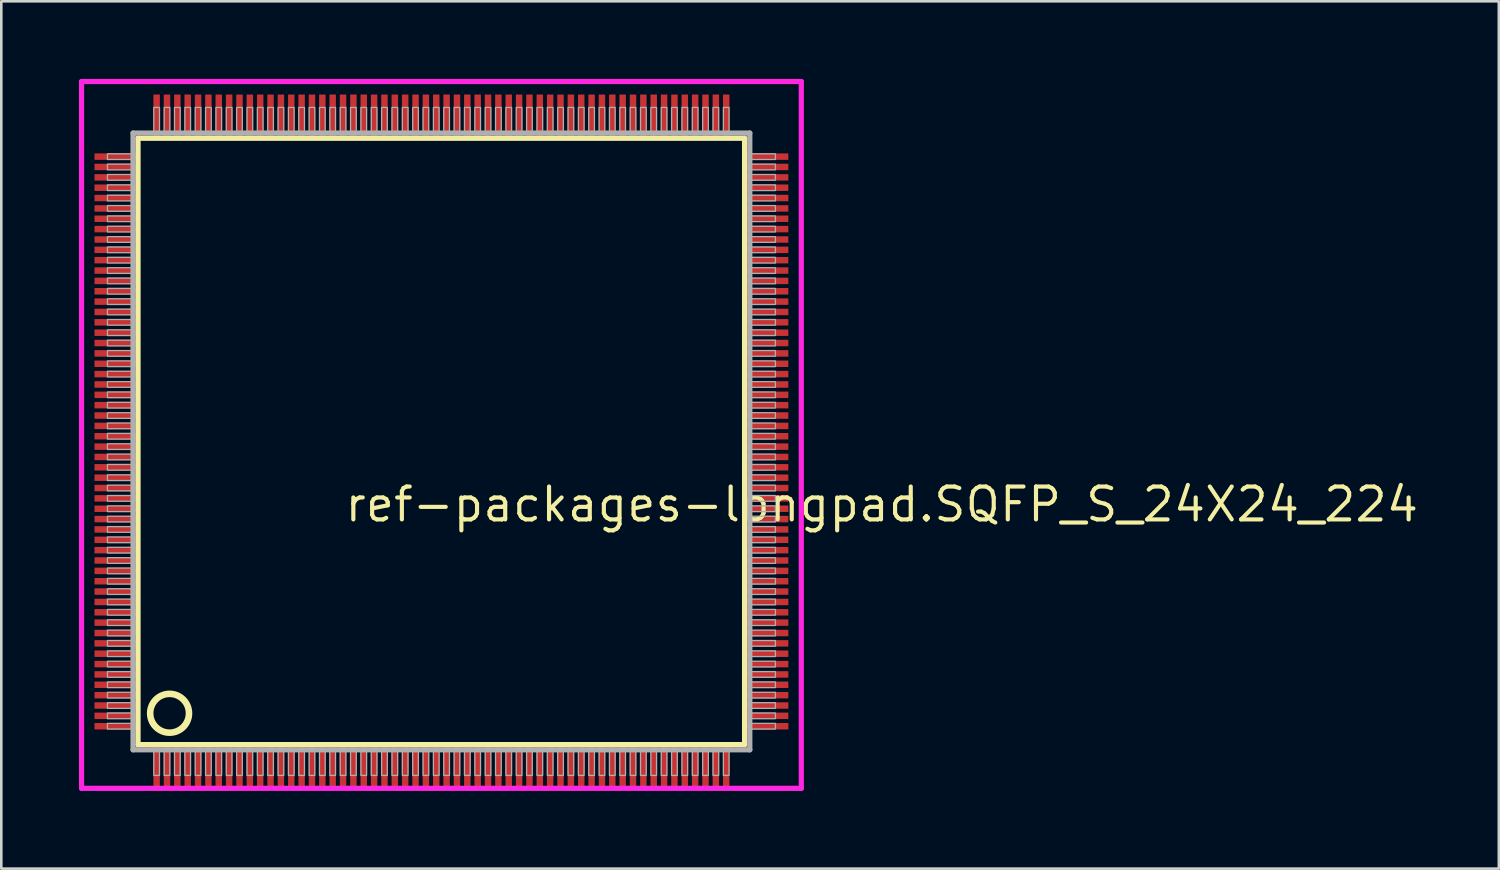
<source format=kicad_pcb>
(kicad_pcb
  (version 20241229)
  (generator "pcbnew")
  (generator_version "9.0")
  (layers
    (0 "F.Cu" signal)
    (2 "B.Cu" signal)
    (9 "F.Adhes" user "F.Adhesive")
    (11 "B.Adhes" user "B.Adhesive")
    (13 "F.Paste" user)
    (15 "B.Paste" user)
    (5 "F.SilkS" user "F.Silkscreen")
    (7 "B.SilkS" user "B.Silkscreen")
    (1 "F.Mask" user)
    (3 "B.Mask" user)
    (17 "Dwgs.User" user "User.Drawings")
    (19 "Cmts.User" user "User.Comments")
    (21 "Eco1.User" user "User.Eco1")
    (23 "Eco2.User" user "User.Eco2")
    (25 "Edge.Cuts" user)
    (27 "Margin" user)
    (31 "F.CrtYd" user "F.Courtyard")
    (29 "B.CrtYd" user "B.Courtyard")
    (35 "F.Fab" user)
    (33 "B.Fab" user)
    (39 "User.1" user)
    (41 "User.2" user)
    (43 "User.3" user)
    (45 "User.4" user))
  (footprint "ref-packages-longpad.SQFP_S_24X24_224"
    (layer "F.Cu")
    (at 14 14)
    (property "Reference" "ref-packages-longpad.SQFP_S_24X24_224" (at -3.81 3.175 0) (layer "F.SilkS") (effects (font (size 1.27 1.27) (thickness 0.16)) (justify left bottom)))
    (attr smd)
    (fp_line (start -11.72 -11.71) (end 11.71 -11.71) (stroke (width 0.203) (type default)) (layer "F.SilkS"))
    (fp_line (start -11.72 11.71) (end -11.72 -11.71) (stroke (width 0.203) (type default)) (layer "F.SilkS"))
    (fp_line (start 11.71 -11.71) (end 11.71 11.71) (stroke (width 0.203) (type default)) (layer "F.SilkS"))
    (fp_line (start 11.71 11.71) (end -11.72 11.71) (stroke (width 0.203) (type default)) (layer "F.SilkS"))
    (fp_circle (center -10.5 10.5) (end -9.75 10.5) (stroke (width 0.254) (type default)) (fill no) (layer "F.SilkS"))
    (fp_line (start -13.9 -13.9) (end 13.9 -13.9) (stroke (width 0.2) (type default)) (layer "F.CrtYd"))
    (fp_line (start -13.9 13.4) (end -13.9 -13.9) (stroke (width 0.2) (type default)) (layer "F.CrtYd"))
    (fp_line (start 13.9 -13.9) (end 13.9 13.4) (stroke (width 0.2) (type default)) (layer "F.CrtYd"))
    (fp_line (start 13.9 13.4) (end -13.9 13.4) (stroke (width 0.2) (type default)) (layer "F.CrtYd"))
    (fp_line (start -11.91 -11.91) (end -11.91 11.91) (stroke (width 0.203) (type default)) (layer "F.Fab"))
    (fp_line (start -11.91 11.91) (end 11.91 11.91) (stroke (width 0.203) (type default)) (layer "F.Fab"))
    (fp_line (start 11.91 -11.91) (end -11.91 -11.91) (stroke (width 0.203) (type default)) (layer "F.Fab"))
    (fp_line (start 11.91 11.91) (end 11.91 -11.91) (stroke (width 0.203) (type default)) (layer "F.Fab"))
    (fp_rect (start -12.9 -10.89) (end -11.95 -11.11) (stroke (width 0.05) (type default)) (fill no) (layer "F.Fab"))
    (fp_rect (start -12.9 -10.49) (end -11.95 -10.71) (stroke (width 0.05) (type default)) (fill no) (layer "F.Fab"))
    (fp_rect (start -12.9 -10.09) (end -11.95 -10.31) (stroke (width 0.05) (type default)) (fill no) (layer "F.Fab"))
    (fp_rect (start -12.9 -9.69) (end -11.95 -9.91) (stroke (width 0.05) (type default)) (fill no) (layer "F.Fab"))
    (fp_rect (start -12.9 -9.29) (end -11.95 -9.51) (stroke (width 0.05) (type default)) (fill no) (layer "F.Fab"))
    (fp_rect (start -12.9 -8.89) (end -11.95 -9.11) (stroke (width 0.05) (type default)) (fill no) (layer "F.Fab"))
    (fp_rect (start -12.9 -8.49) (end -11.95 -8.71) (stroke (width 0.05) (type default)) (fill no) (layer "F.Fab"))
    (fp_rect (start -12.9 -8.09) (end -11.95 -8.31) (stroke (width 0.05) (type default)) (fill no) (layer "F.Fab"))
    (fp_rect (start -12.9 -7.69) (end -11.95 -7.91) (stroke (width 0.05) (type default)) (fill no) (layer "F.Fab"))
    (fp_rect (start -12.9 -7.29) (end -11.95 -7.51) (stroke (width 0.05) (type default)) (fill no) (layer "F.Fab"))
    (fp_rect (start -12.9 -6.89) (end -11.95 -7.11) (stroke (width 0.05) (type default)) (fill no) (layer "F.Fab"))
    (fp_rect (start -12.9 -6.49) (end -11.95 -6.71) (stroke (width 0.05) (type default)) (fill no) (layer "F.Fab"))
    (fp_rect (start -12.9 -6.09) (end -11.95 -6.31) (stroke (width 0.05) (type default)) (fill no) (layer "F.Fab"))
    (fp_rect (start -12.9 -5.69) (end -11.95 -5.91) (stroke (width 0.05) (type default)) (fill no) (layer "F.Fab"))
    (fp_rect (start -12.9 -5.29) (end -11.95 -5.51) (stroke (width 0.05) (type default)) (fill no) (layer "F.Fab"))
    (fp_rect (start -12.9 -4.89) (end -11.95 -5.11) (stroke (width 0.05) (type default)) (fill no) (layer "F.Fab"))
    (fp_rect (start -12.9 -4.49) (end -11.95 -4.71) (stroke (width 0.05) (type default)) (fill no) (layer "F.Fab"))
    (fp_rect (start -12.9 -4.09) (end -11.95 -4.31) (stroke (width 0.05) (type default)) (fill no) (layer "F.Fab"))
    (fp_rect (start -12.9 -3.69) (end -11.95 -3.91) (stroke (width 0.05) (type default)) (fill no) (layer "F.Fab"))
    (fp_rect (start -12.9 -3.29) (end -11.95 -3.51) (stroke (width 0.05) (type default)) (fill no) (layer "F.Fab"))
    (fp_rect (start -12.9 -2.89) (end -11.95 -3.11) (stroke (width 0.05) (type default)) (fill no) (layer "F.Fab"))
    (fp_rect (start -12.9 -2.49) (end -11.95 -2.71) (stroke (width 0.05) (type default)) (fill no) (layer "F.Fab"))
    (fp_rect (start -12.9 -2.09) (end -11.95 -2.31) (stroke (width 0.05) (type default)) (fill no) (layer "F.Fab"))
    (fp_rect (start -12.9 -1.69) (end -11.95 -1.91) (stroke (width 0.05) (type default)) (fill no) (layer "F.Fab"))
    (fp_rect (start -12.9 -1.29) (end -11.95 -1.51) (stroke (width 0.05) (type default)) (fill no) (layer "F.Fab"))
    (fp_rect (start -12.9 -0.89) (end -11.95 -1.11) (stroke (width 0.05) (type default)) (fill no) (layer "F.Fab"))
    (fp_rect (start -12.9 -0.49) (end -11.95 -0.71) (stroke (width 0.05) (type default)) (fill no) (layer "F.Fab"))
    (fp_rect (start -12.9 -0.09) (end -11.95 -0.31) (stroke (width 0.05) (type default)) (fill no) (layer "F.Fab"))
    (fp_rect (start -12.9 0.31) (end -11.95 0.09) (stroke (width 0.05) (type default)) (fill no) (layer "F.Fab"))
    (fp_rect (start -12.9 0.71) (end -11.95 0.49) (stroke (width 0.05) (type default)) (fill no) (layer "F.Fab"))
    (fp_rect (start -12.9 1.11) (end -11.95 0.89) (stroke (width 0.05) (type default)) (fill no) (layer "F.Fab"))
    (fp_rect (start -12.9 1.51) (end -11.95 1.29) (stroke (width 0.05) (type default)) (fill no) (layer "F.Fab"))
    (fp_rect (start -12.9 1.91) (end -11.95 1.69) (stroke (width 0.05) (type default)) (fill no) (layer "F.Fab"))
    (fp_rect (start -12.9 2.31) (end -11.95 2.09) (stroke (width 0.05) (type default)) (fill no) (layer "F.Fab"))
    (fp_rect (start -12.9 2.71) (end -11.95 2.49) (stroke (width 0.05) (type default)) (fill no) (layer "F.Fab"))
    (fp_rect (start -12.9 3.11) (end -11.95 2.89) (stroke (width 0.05) (type default)) (fill no) (layer "F.Fab"))
    (fp_rect (start -12.9 3.51) (end -11.95 3.29) (stroke (width 0.05) (type default)) (fill no) (layer "F.Fab"))
    (fp_rect (start -12.9 3.91) (end -11.95 3.69) (stroke (width 0.05) (type default)) (fill no) (layer "F.Fab"))
    (fp_rect (start -12.9 4.31) (end -11.95 4.09) (stroke (width 0.05) (type default)) (fill no) (layer "F.Fab"))
    (fp_rect (start -12.9 4.71) (end -11.95 4.49) (stroke (width 0.05) (type default)) (fill no) (layer "F.Fab"))
    (fp_rect (start -12.9 5.11) (end -11.95 4.89) (stroke (width 0.05) (type default)) (fill no) (layer "F.Fab"))
    (fp_rect (start -12.9 5.51) (end -11.95 5.29) (stroke (width 0.05) (type default)) (fill no) (layer "F.Fab"))
    (fp_rect (start -12.9 5.91) (end -11.95 5.69) (stroke (width 0.05) (type default)) (fill no) (layer "F.Fab"))
    (fp_rect (start -12.9 6.31) (end -11.95 6.09) (stroke (width 0.05) (type default)) (fill no) (layer "F.Fab"))
    (fp_rect (start -12.9 6.71) (end -11.95 6.49) (stroke (width 0.05) (type default)) (fill no) (layer "F.Fab"))
    (fp_rect (start -12.9 7.11) (end -11.95 6.89) (stroke (width 0.05) (type default)) (fill no) (layer "F.Fab"))
    (fp_rect (start -12.9 7.51) (end -11.95 7.29) (stroke (width 0.05) (type default)) (fill no) (layer "F.Fab"))
    (fp_rect (start -12.9 7.91) (end -11.95 7.69) (stroke (width 0.05) (type default)) (fill no) (layer "F.Fab"))
    (fp_rect (start -12.9 8.31) (end -11.95 8.09) (stroke (width 0.05) (type default)) (fill no) (layer "F.Fab"))
    (fp_rect (start -12.9 8.71) (end -11.95 8.49) (stroke (width 0.05) (type default)) (fill no) (layer "F.Fab"))
    (fp_rect (start -12.9 9.11) (end -11.95 8.89) (stroke (width 0.05) (type default)) (fill no) (layer "F.Fab"))
    (fp_rect (start -12.9 9.51) (end -11.95 9.29) (stroke (width 0.05) (type default)) (fill no) (layer "F.Fab"))
    (fp_rect (start -12.9 9.91) (end -11.95 9.69) (stroke (width 0.05) (type default)) (fill no) (layer "F.Fab"))
    (fp_rect (start -12.9 10.31) (end -11.95 10.09) (stroke (width 0.05) (type default)) (fill no) (layer "F.Fab"))
    (fp_rect (start -12.9 10.71) (end -11.95 10.49) (stroke (width 0.05) (type default)) (fill no) (layer "F.Fab"))
    (fp_rect (start -12.9 11.11) (end -11.95 10.89) (stroke (width 0.05) (type default)) (fill no) (layer "F.Fab"))
    (fp_rect (start -11.11 -11.95) (end -10.89 -12.9) (stroke (width 0.05) (type default)) (fill no) (layer "F.Fab"))
    (fp_rect (start -11.11 12.9) (end -10.89 11.95) (stroke (width 0.05) (type default)) (fill no) (layer "F.Fab"))
    (fp_rect (start -10.71 -11.95) (end -10.49 -12.9) (stroke (width 0.05) (type default)) (fill no) (layer "F.Fab"))
    (fp_rect (start -10.71 12.9) (end -10.49 11.95) (stroke (width 0.05) (type default)) (fill no) (layer "F.Fab"))
    (fp_rect (start -10.31 -11.95) (end -10.09 -12.9) (stroke (width 0.05) (type default)) (fill no) (layer "F.Fab"))
    (fp_rect (start -10.31 12.9) (end -10.09 11.95) (stroke (width 0.05) (type default)) (fill no) (layer "F.Fab"))
    (fp_rect (start -9.91 -11.95) (end -9.69 -12.9) (stroke (width 0.05) (type default)) (fill no) (layer "F.Fab"))
    (fp_rect (start -9.91 12.9) (end -9.69 11.95) (stroke (width 0.05) (type default)) (fill no) (layer "F.Fab"))
    (fp_rect (start -9.51 -11.95) (end -9.29 -12.9) (stroke (width 0.05) (type default)) (fill no) (layer "F.Fab"))
    (fp_rect (start -9.51 12.9) (end -9.29 11.95) (stroke (width 0.05) (type default)) (fill no) (layer "F.Fab"))
    (fp_rect (start -9.11 -11.95) (end -8.89 -12.9) (stroke (width 0.05) (type default)) (fill no) (layer "F.Fab"))
    (fp_rect (start -9.11 12.9) (end -8.89 11.95) (stroke (width 0.05) (type default)) (fill no) (layer "F.Fab"))
    (fp_rect (start -8.71 -11.95) (end -8.49 -12.9) (stroke (width 0.05) (type default)) (fill no) (layer "F.Fab"))
    (fp_rect (start -8.71 12.9) (end -8.49 11.95) (stroke (width 0.05) (type default)) (fill no) (layer "F.Fab"))
    (fp_rect (start -8.31 -11.95) (end -8.09 -12.9) (stroke (width 0.05) (type default)) (fill no) (layer "F.Fab"))
    (fp_rect (start -8.31 12.9) (end -8.09 11.95) (stroke (width 0.05) (type default)) (fill no) (layer "F.Fab"))
    (fp_rect (start -7.91 -11.95) (end -7.69 -12.9) (stroke (width 0.05) (type default)) (fill no) (layer "F.Fab"))
    (fp_rect (start -7.91 12.9) (end -7.69 11.95) (stroke (width 0.05) (type default)) (fill no) (layer "F.Fab"))
    (fp_rect (start -7.51 -11.95) (end -7.29 -12.9) (stroke (width 0.05) (type default)) (fill no) (layer "F.Fab"))
    (fp_rect (start -7.51 12.9) (end -7.29 11.95) (stroke (width 0.05) (type default)) (fill no) (layer "F.Fab"))
    (fp_rect (start -7.11 -11.95) (end -6.89 -12.9) (stroke (width 0.05) (type default)) (fill no) (layer "F.Fab"))
    (fp_rect (start -7.11 12.9) (end -6.89 11.95) (stroke (width 0.05) (type default)) (fill no) (layer "F.Fab"))
    (fp_rect (start -6.71 -11.95) (end -6.49 -12.9) (stroke (width 0.05) (type default)) (fill no) (layer "F.Fab"))
    (fp_rect (start -6.71 12.9) (end -6.49 11.95) (stroke (width 0.05) (type default)) (fill no) (layer "F.Fab"))
    (fp_rect (start -6.31 -11.95) (end -6.09 -12.9) (stroke (width 0.05) (type default)) (fill no) (layer "F.Fab"))
    (fp_rect (start -6.31 12.9) (end -6.09 11.95) (stroke (width 0.05) (type default)) (fill no) (layer "F.Fab"))
    (fp_rect (start -5.91 -11.95) (end -5.69 -12.9) (stroke (width 0.05) (type default)) (fill no) (layer "F.Fab"))
    (fp_rect (start -5.91 12.9) (end -5.69 11.95) (stroke (width 0.05) (type default)) (fill no) (layer "F.Fab"))
    (fp_rect (start -5.51 -11.95) (end -5.29 -12.9) (stroke (width 0.05) (type default)) (fill no) (layer "F.Fab"))
    (fp_rect (start -5.51 12.9) (end -5.29 11.95) (stroke (width 0.05) (type default)) (fill no) (layer "F.Fab"))
    (fp_rect (start -5.11 -11.95) (end -4.89 -12.9) (stroke (width 0.05) (type default)) (fill no) (layer "F.Fab"))
    (fp_rect (start -5.11 12.9) (end -4.89 11.95) (stroke (width 0.05) (type default)) (fill no) (layer "F.Fab"))
    (fp_rect (start -4.71 -11.95) (end -4.49 -12.9) (stroke (width 0.05) (type default)) (fill no) (layer "F.Fab"))
    (fp_rect (start -4.71 12.9) (end -4.49 11.95) (stroke (width 0.05) (type default)) (fill no) (layer "F.Fab"))
    (fp_rect (start -4.31 -11.95) (end -4.09 -12.9) (stroke (width 0.05) (type default)) (fill no) (layer "F.Fab"))
    (fp_rect (start -4.31 12.9) (end -4.09 11.95) (stroke (width 0.05) (type default)) (fill no) (layer "F.Fab"))
    (fp_rect (start -3.91 -11.95) (end -3.69 -12.9) (stroke (width 0.05) (type default)) (fill no) (layer "F.Fab"))
    (fp_rect (start -3.91 12.9) (end -3.69 11.95) (stroke (width 0.05) (type default)) (fill no) (layer "F.Fab"))
    (fp_rect (start -3.51 -11.95) (end -3.29 -12.9) (stroke (width 0.05) (type default)) (fill no) (layer "F.Fab"))
    (fp_rect (start -3.51 12.9) (end -3.29 11.95) (stroke (width 0.05) (type default)) (fill no) (layer "F.Fab"))
    (fp_rect (start -3.11 -11.95) (end -2.89 -12.9) (stroke (width 0.05) (type default)) (fill no) (layer "F.Fab"))
    (fp_rect (start -3.11 12.9) (end -2.89 11.95) (stroke (width 0.05) (type default)) (fill no) (layer "F.Fab"))
    (fp_rect (start -2.71 -11.95) (end -2.49 -12.9) (stroke (width 0.05) (type default)) (fill no) (layer "F.Fab"))
    (fp_rect (start -2.71 12.9) (end -2.49 11.95) (stroke (width 0.05) (type default)) (fill no) (layer "F.Fab"))
    (fp_rect (start -2.31 -11.95) (end -2.09 -12.9) (stroke (width 0.05) (type default)) (fill no) (layer "F.Fab"))
    (fp_rect (start -2.31 12.9) (end -2.09 11.95) (stroke (width 0.05) (type default)) (fill no) (layer "F.Fab"))
    (fp_rect (start -1.91 -11.95) (end -1.69 -12.9) (stroke (width 0.05) (type default)) (fill no) (layer "F.Fab"))
    (fp_rect (start -1.91 12.9) (end -1.69 11.95) (stroke (width 0.05) (type default)) (fill no) (layer "F.Fab"))
    (fp_rect (start -1.51 -11.95) (end -1.29 -12.9) (stroke (width 0.05) (type default)) (fill no) (layer "F.Fab"))
    (fp_rect (start -1.51 12.9) (end -1.29 11.95) (stroke (width 0.05) (type default)) (fill no) (layer "F.Fab"))
    (fp_rect (start -1.11 -11.95) (end -0.89 -12.9) (stroke (width 0.05) (type default)) (fill no) (layer "F.Fab"))
    (fp_rect (start -1.11 12.9) (end -0.89 11.95) (stroke (width 0.05) (type default)) (fill no) (layer "F.Fab"))
    (fp_rect (start -0.71 -11.95) (end -0.49 -12.9) (stroke (width 0.05) (type default)) (fill no) (layer "F.Fab"))
    (fp_rect (start -0.71 12.9) (end -0.49 11.95) (stroke (width 0.05) (type default)) (fill no) (layer "F.Fab"))
    (fp_rect (start -0.31 -11.95) (end -0.09 -12.9) (stroke (width 0.05) (type default)) (fill no) (layer "F.Fab"))
    (fp_rect (start -0.31 12.9) (end -0.09 11.95) (stroke (width 0.05) (type default)) (fill no) (layer "F.Fab"))
    (fp_rect (start 0.09 -11.95) (end 0.31 -12.9) (stroke (width 0.05) (type default)) (fill no) (layer "F.Fab"))
    (fp_rect (start 0.09 12.9) (end 0.31 11.95) (stroke (width 0.05) (type default)) (fill no) (layer "F.Fab"))
    (fp_rect (start 0.49 -11.95) (end 0.71 -12.9) (stroke (width 0.05) (type default)) (fill no) (layer "F.Fab"))
    (fp_rect (start 0.49 12.9) (end 0.71 11.95) (stroke (width 0.05) (type default)) (fill no) (layer "F.Fab"))
    (fp_rect (start 0.89 -11.95) (end 1.11 -12.9) (stroke (width 0.05) (type default)) (fill no) (layer "F.Fab"))
    (fp_rect (start 0.89 12.9) (end 1.11 11.95) (stroke (width 0.05) (type default)) (fill no) (layer "F.Fab"))
    (fp_rect (start 1.29 -11.95) (end 1.51 -12.9) (stroke (width 0.05) (type default)) (fill no) (layer "F.Fab"))
    (fp_rect (start 1.29 12.9) (end 1.51 11.95) (stroke (width 0.05) (type default)) (fill no) (layer "F.Fab"))
    (fp_rect (start 1.69 -11.95) (end 1.91 -12.9) (stroke (width 0.05) (type default)) (fill no) (layer "F.Fab"))
    (fp_rect (start 1.69 12.9) (end 1.91 11.95) (stroke (width 0.05) (type default)) (fill no) (layer "F.Fab"))
    (fp_rect (start 2.09 -11.95) (end 2.31 -12.9) (stroke (width 0.05) (type default)) (fill no) (layer "F.Fab"))
    (fp_rect (start 2.09 12.9) (end 2.31 11.95) (stroke (width 0.05) (type default)) (fill no) (layer "F.Fab"))
    (fp_rect (start 2.49 -11.95) (end 2.71 -12.9) (stroke (width 0.05) (type default)) (fill no) (layer "F.Fab"))
    (fp_rect (start 2.49 12.9) (end 2.71 11.95) (stroke (width 0.05) (type default)) (fill no) (layer "F.Fab"))
    (fp_rect (start 2.89 -11.95) (end 3.11 -12.9) (stroke (width 0.05) (type default)) (fill no) (layer "F.Fab"))
    (fp_rect (start 2.89 12.9) (end 3.11 11.95) (stroke (width 0.05) (type default)) (fill no) (layer "F.Fab"))
    (fp_rect (start 3.29 -11.95) (end 3.51 -12.9) (stroke (width 0.05) (type default)) (fill no) (layer "F.Fab"))
    (fp_rect (start 3.29 12.9) (end 3.51 11.95) (stroke (width 0.05) (type default)) (fill no) (layer "F.Fab"))
    (fp_rect (start 3.69 -11.95) (end 3.91 -12.9) (stroke (width 0.05) (type default)) (fill no) (layer "F.Fab"))
    (fp_rect (start 3.69 12.9) (end 3.91 11.95) (stroke (width 0.05) (type default)) (fill no) (layer "F.Fab"))
    (fp_rect (start 4.09 -11.95) (end 4.31 -12.9) (stroke (width 0.05) (type default)) (fill no) (layer "F.Fab"))
    (fp_rect (start 4.09 12.9) (end 4.31 11.95) (stroke (width 0.05) (type default)) (fill no) (layer "F.Fab"))
    (fp_rect (start 4.49 -11.95) (end 4.71 -12.9) (stroke (width 0.05) (type default)) (fill no) (layer "F.Fab"))
    (fp_rect (start 4.49 12.9) (end 4.71 11.95) (stroke (width 0.05) (type default)) (fill no) (layer "F.Fab"))
    (fp_rect (start 4.89 -11.95) (end 5.11 -12.9) (stroke (width 0.05) (type default)) (fill no) (layer "F.Fab"))
    (fp_rect (start 4.89 12.9) (end 5.11 11.95) (stroke (width 0.05) (type default)) (fill no) (layer "F.Fab"))
    (fp_rect (start 5.29 -11.95) (end 5.51 -12.9) (stroke (width 0.05) (type default)) (fill no) (layer "F.Fab"))
    (fp_rect (start 5.29 12.9) (end 5.51 11.95) (stroke (width 0.05) (type default)) (fill no) (layer "F.Fab"))
    (fp_rect (start 5.69 -11.95) (end 5.91 -12.9) (stroke (width 0.05) (type default)) (fill no) (layer "F.Fab"))
    (fp_rect (start 5.69 12.9) (end 5.91 11.95) (stroke (width 0.05) (type default)) (fill no) (layer "F.Fab"))
    (fp_rect (start 6.09 -11.95) (end 6.31 -12.9) (stroke (width 0.05) (type default)) (fill no) (layer "F.Fab"))
    (fp_rect (start 6.09 12.9) (end 6.31 11.95) (stroke (width 0.05) (type default)) (fill no) (layer "F.Fab"))
    (fp_rect (start 6.49 -11.95) (end 6.71 -12.9) (stroke (width 0.05) (type default)) (fill no) (layer "F.Fab"))
    (fp_rect (start 6.49 12.9) (end 6.71 11.95) (stroke (width 0.05) (type default)) (fill no) (layer "F.Fab"))
    (fp_rect (start 6.89 -11.95) (end 7.11 -12.9) (stroke (width 0.05) (type default)) (fill no) (layer "F.Fab"))
    (fp_rect (start 6.89 12.9) (end 7.11 11.95) (stroke (width 0.05) (type default)) (fill no) (layer "F.Fab"))
    (fp_rect (start 7.29 -11.95) (end 7.51 -12.9) (stroke (width 0.05) (type default)) (fill no) (layer "F.Fab"))
    (fp_rect (start 7.29 12.9) (end 7.51 11.95) (stroke (width 0.05) (type default)) (fill no) (layer "F.Fab"))
    (fp_rect (start 7.69 -11.95) (end 7.91 -12.9) (stroke (width 0.05) (type default)) (fill no) (layer "F.Fab"))
    (fp_rect (start 7.69 12.9) (end 7.91 11.95) (stroke (width 0.05) (type default)) (fill no) (layer "F.Fab"))
    (fp_rect (start 8.09 -11.95) (end 8.31 -12.9) (stroke (width 0.05) (type default)) (fill no) (layer "F.Fab"))
    (fp_rect (start 8.09 12.9) (end 8.31 11.95) (stroke (width 0.05) (type default)) (fill no) (layer "F.Fab"))
    (fp_rect (start 8.49 -11.95) (end 8.71 -12.9) (stroke (width 0.05) (type default)) (fill no) (layer "F.Fab"))
    (fp_rect (start 8.49 12.9) (end 8.71 11.95) (stroke (width 0.05) (type default)) (fill no) (layer "F.Fab"))
    (fp_rect (start 8.89 -11.95) (end 9.11 -12.9) (stroke (width 0.05) (type default)) (fill no) (layer "F.Fab"))
    (fp_rect (start 8.89 12.9) (end 9.11 11.95) (stroke (width 0.05) (type default)) (fill no) (layer "F.Fab"))
    (fp_rect (start 9.29 -11.95) (end 9.51 -12.9) (stroke (width 0.05) (type default)) (fill no) (layer "F.Fab"))
    (fp_rect (start 9.29 12.9) (end 9.51 11.95) (stroke (width 0.05) (type default)) (fill no) (layer "F.Fab"))
    (fp_rect (start 9.69 -11.95) (end 9.91 -12.9) (stroke (width 0.05) (type default)) (fill no) (layer "F.Fab"))
    (fp_rect (start 9.69 12.9) (end 9.91 11.95) (stroke (width 0.05) (type default)) (fill no) (layer "F.Fab"))
    (fp_rect (start 10.09 -11.95) (end 10.31 -12.9) (stroke (width 0.05) (type default)) (fill no) (layer "F.Fab"))
    (fp_rect (start 10.09 12.9) (end 10.31 11.95) (stroke (width 0.05) (type default)) (fill no) (layer "F.Fab"))
    (fp_rect (start 10.49 -11.95) (end 10.71 -12.9) (stroke (width 0.05) (type default)) (fill no) (layer "F.Fab"))
    (fp_rect (start 10.49 12.9) (end 10.71 11.95) (stroke (width 0.05) (type default)) (fill no) (layer "F.Fab"))
    (fp_rect (start 10.89 -11.95) (end 11.11 -12.9) (stroke (width 0.05) (type default)) (fill no) (layer "F.Fab"))
    (fp_rect (start 10.89 12.9) (end 11.11 11.95) (stroke (width 0.05) (type default)) (fill no) (layer "F.Fab"))
    (fp_rect (start 11.95 -10.89) (end 12.9 -11.11) (stroke (width 0.05) (type default)) (fill no) (layer "F.Fab"))
    (fp_rect (start 11.95 -10.49) (end 12.9 -10.71) (stroke (width 0.05) (type default)) (fill no) (layer "F.Fab"))
    (fp_rect (start 11.95 -10.09) (end 12.9 -10.31) (stroke (width 0.05) (type default)) (fill no) (layer "F.Fab"))
    (fp_rect (start 11.95 -9.69) (end 12.9 -9.91) (stroke (width 0.05) (type default)) (fill no) (layer "F.Fab"))
    (fp_rect (start 11.95 -9.29) (end 12.9 -9.51) (stroke (width 0.05) (type default)) (fill no) (layer "F.Fab"))
    (fp_rect (start 11.95 -8.89) (end 12.9 -9.11) (stroke (width 0.05) (type default)) (fill no) (layer "F.Fab"))
    (fp_rect (start 11.95 -8.49) (end 12.9 -8.71) (stroke (width 0.05) (type default)) (fill no) (layer "F.Fab"))
    (fp_rect (start 11.95 -8.09) (end 12.9 -8.31) (stroke (width 0.05) (type default)) (fill no) (layer "F.Fab"))
    (fp_rect (start 11.95 -7.69) (end 12.9 -7.91) (stroke (width 0.05) (type default)) (fill no) (layer "F.Fab"))
    (fp_rect (start 11.95 -7.29) (end 12.9 -7.51) (stroke (width 0.05) (type default)) (fill no) (layer "F.Fab"))
    (fp_rect (start 11.95 -6.89) (end 12.9 -7.11) (stroke (width 0.05) (type default)) (fill no) (layer "F.Fab"))
    (fp_rect (start 11.95 -6.49) (end 12.9 -6.71) (stroke (width 0.05) (type default)) (fill no) (layer "F.Fab"))
    (fp_rect (start 11.95 -6.09) (end 12.9 -6.31) (stroke (width 0.05) (type default)) (fill no) (layer "F.Fab"))
    (fp_rect (start 11.95 -5.69) (end 12.9 -5.91) (stroke (width 0.05) (type default)) (fill no) (layer "F.Fab"))
    (fp_rect (start 11.95 -5.29) (end 12.9 -5.51) (stroke (width 0.05) (type default)) (fill no) (layer "F.Fab"))
    (fp_rect (start 11.95 -4.89) (end 12.9 -5.11) (stroke (width 0.05) (type default)) (fill no) (layer "F.Fab"))
    (fp_rect (start 11.95 -4.49) (end 12.9 -4.71) (stroke (width 0.05) (type default)) (fill no) (layer "F.Fab"))
    (fp_rect (start 11.95 -4.09) (end 12.9 -4.31) (stroke (width 0.05) (type default)) (fill no) (layer "F.Fab"))
    (fp_rect (start 11.95 -3.69) (end 12.9 -3.91) (stroke (width 0.05) (type default)) (fill no) (layer "F.Fab"))
    (fp_rect (start 11.95 -3.29) (end 12.9 -3.51) (stroke (width 0.05) (type default)) (fill no) (layer "F.Fab"))
    (fp_rect (start 11.95 -2.89) (end 12.9 -3.11) (stroke (width 0.05) (type default)) (fill no) (layer "F.Fab"))
    (fp_rect (start 11.95 -2.49) (end 12.9 -2.71) (stroke (width 0.05) (type default)) (fill no) (layer "F.Fab"))
    (fp_rect (start 11.95 -2.09) (end 12.9 -2.31) (stroke (width 0.05) (type default)) (fill no) (layer "F.Fab"))
    (fp_rect (start 11.95 -1.69) (end 12.9 -1.91) (stroke (width 0.05) (type default)) (fill no) (layer "F.Fab"))
    (fp_rect (start 11.95 -1.29) (end 12.9 -1.51) (stroke (width 0.05) (type default)) (fill no) (layer "F.Fab"))
    (fp_rect (start 11.95 -0.89) (end 12.9 -1.11) (stroke (width 0.05) (type default)) (fill no) (layer "F.Fab"))
    (fp_rect (start 11.95 -0.49) (end 12.9 -0.71) (stroke (width 0.05) (type default)) (fill no) (layer "F.Fab"))
    (fp_rect (start 11.95 -0.09) (end 12.9 -0.31) (stroke (width 0.05) (type default)) (fill no) (layer "F.Fab"))
    (fp_rect (start 11.95 0.31) (end 12.9 0.09) (stroke (width 0.05) (type default)) (fill no) (layer "F.Fab"))
    (fp_rect (start 11.95 0.71) (end 12.9 0.49) (stroke (width 0.05) (type default)) (fill no) (layer "F.Fab"))
    (fp_rect (start 11.95 1.11) (end 12.9 0.89) (stroke (width 0.05) (type default)) (fill no) (layer "F.Fab"))
    (fp_rect (start 11.95 1.51) (end 12.9 1.29) (stroke (width 0.05) (type default)) (fill no) (layer "F.Fab"))
    (fp_rect (start 11.95 1.91) (end 12.9 1.69) (stroke (width 0.05) (type default)) (fill no) (layer "F.Fab"))
    (fp_rect (start 11.95 2.31) (end 12.9 2.09) (stroke (width 0.05) (type default)) (fill no) (layer "F.Fab"))
    (fp_rect (start 11.95 2.71) (end 12.9 2.49) (stroke (width 0.05) (type default)) (fill no) (layer "F.Fab"))
    (fp_rect (start 11.95 3.11) (end 12.9 2.89) (stroke (width 0.05) (type default)) (fill no) (layer "F.Fab"))
    (fp_rect (start 11.95 3.51) (end 12.9 3.29) (stroke (width 0.05) (type default)) (fill no) (layer "F.Fab"))
    (fp_rect (start 11.95 3.91) (end 12.9 3.69) (stroke (width 0.05) (type default)) (fill no) (layer "F.Fab"))
    (fp_rect (start 11.95 4.31) (end 12.9 4.09) (stroke (width 0.05) (type default)) (fill no) (layer "F.Fab"))
    (fp_rect (start 11.95 4.71) (end 12.9 4.49) (stroke (width 0.05) (type default)) (fill no) (layer "F.Fab"))
    (fp_rect (start 11.95 5.11) (end 12.9 4.89) (stroke (width 0.05) (type default)) (fill no) (layer "F.Fab"))
    (fp_rect (start 11.95 5.51) (end 12.9 5.29) (stroke (width 0.05) (type default)) (fill no) (layer "F.Fab"))
    (fp_rect (start 11.95 5.91) (end 12.9 5.69) (stroke (width 0.05) (type default)) (fill no) (layer "F.Fab"))
    (fp_rect (start 11.95 6.31) (end 12.9 6.09) (stroke (width 0.05) (type default)) (fill no) (layer "F.Fab"))
    (fp_rect (start 11.95 6.71) (end 12.9 6.49) (stroke (width 0.05) (type default)) (fill no) (layer "F.Fab"))
    (fp_rect (start 11.95 7.11) (end 12.9 6.89) (stroke (width 0.05) (type default)) (fill no) (layer "F.Fab"))
    (fp_rect (start 11.95 7.51) (end 12.9 7.29) (stroke (width 0.05) (type default)) (fill no) (layer "F.Fab"))
    (fp_rect (start 11.95 7.91) (end 12.9 7.69) (stroke (width 0.05) (type default)) (fill no) (layer "F.Fab"))
    (fp_rect (start 11.95 8.31) (end 12.9 8.09) (stroke (width 0.05) (type default)) (fill no) (layer "F.Fab"))
    (fp_rect (start 11.95 8.71) (end 12.9 8.49) (stroke (width 0.05) (type default)) (fill no) (layer "F.Fab"))
    (fp_rect (start 11.95 9.11) (end 12.9 8.89) (stroke (width 0.05) (type default)) (fill no) (layer "F.Fab"))
    (fp_rect (start 11.95 9.51) (end 12.9 9.29) (stroke (width 0.05) (type default)) (fill no) (layer "F.Fab"))
    (fp_rect (start 11.95 9.91) (end 12.9 9.69) (stroke (width 0.05) (type default)) (fill no) (layer "F.Fab"))
    (fp_rect (start 11.95 10.31) (end 12.9 10.09) (stroke (width 0.05) (type default)) (fill no) (layer "F.Fab"))
    (fp_rect (start 11.95 10.71) (end 12.9 10.49) (stroke (width 0.05) (type default)) (fill no) (layer "F.Fab"))
    (fp_rect (start 11.95 11.11) (end 12.9 10.89) (stroke (width 0.05) (type default)) (fill no) (layer "F.Fab"))
    (pad "1" smd roundrect (at -11 12.6) (size 0.25 1.6) (layers "F.Cu" "F.Mask" "F.Paste") (roundrect_rratio 0.01))
    (pad "2" smd roundrect (at -10.6 12.6) (size 0.25 1.6) (layers "F.Cu" "F.Mask" "F.Paste") (roundrect_rratio 0.01))
    (pad "3" smd roundrect (at -10.2 12.6) (size 0.25 1.6) (layers "F.Cu" "F.Mask" "F.Paste") (roundrect_rratio 0.01))
    (pad "4" smd roundrect (at -9.8 12.6) (size 0.25 1.6) (layers "F.Cu" "F.Mask" "F.Paste") (roundrect_rratio 0.01))
    (pad "5" smd roundrect (at -9.4 12.6) (size 0.25 1.6) (layers "F.Cu" "F.Mask" "F.Paste") (roundrect_rratio 0.01))
    (pad "6" smd roundrect (at -9 12.6) (size 0.25 1.6) (layers "F.Cu" "F.Mask" "F.Paste") (roundrect_rratio 0.01))
    (pad "7" smd roundrect (at -8.6 12.6) (size 0.25 1.6) (layers "F.Cu" "F.Mask" "F.Paste") (roundrect_rratio 0.01))
    (pad "8" smd roundrect (at -8.2 12.6) (size 0.25 1.6) (layers "F.Cu" "F.Mask" "F.Paste") (roundrect_rratio 0.01))
    (pad "9" smd roundrect (at -7.8 12.6) (size 0.25 1.6) (layers "F.Cu" "F.Mask" "F.Paste") (roundrect_rratio 0.01))
    (pad "10" smd roundrect (at -7.4 12.6) (size 0.25 1.6) (layers "F.Cu" "F.Mask" "F.Paste") (roundrect_rratio 0.01))
    (pad "11" smd roundrect (at -7 12.6) (size 0.25 1.6) (layers "F.Cu" "F.Mask" "F.Paste") (roundrect_rratio 0.01))
    (pad "12" smd roundrect (at -6.6 12.6) (size 0.25 1.6) (layers "F.Cu" "F.Mask" "F.Paste") (roundrect_rratio 0.01))
    (pad "13" smd roundrect (at -6.2 12.6) (size 0.25 1.6) (layers "F.Cu" "F.Mask" "F.Paste") (roundrect_rratio 0.01))
    (pad "14" smd roundrect (at -5.8 12.6) (size 0.25 1.6) (layers "F.Cu" "F.Mask" "F.Paste") (roundrect_rratio 0.01))
    (pad "15" smd roundrect (at -5.4 12.6) (size 0.25 1.6) (layers "F.Cu" "F.Mask" "F.Paste") (roundrect_rratio 0.01))
    (pad "16" smd roundrect (at -5 12.6) (size 0.25 1.6) (layers "F.Cu" "F.Mask" "F.Paste") (roundrect_rratio 0.01))
    (pad "17" smd roundrect (at -4.6 12.6) (size 0.25 1.6) (layers "F.Cu" "F.Mask" "F.Paste") (roundrect_rratio 0.01))
    (pad "18" smd roundrect (at -4.2 12.6) (size 0.25 1.6) (layers "F.Cu" "F.Mask" "F.Paste") (roundrect_rratio 0.01))
    (pad "19" smd roundrect (at -3.8 12.6) (size 0.25 1.6) (layers "F.Cu" "F.Mask" "F.Paste") (roundrect_rratio 0.01))
    (pad "20" smd roundrect (at -3.4 12.6) (size 0.25 1.6) (layers "F.Cu" "F.Mask" "F.Paste") (roundrect_rratio 0.01))
    (pad "21" smd roundrect (at -3 12.6) (size 0.25 1.6) (layers "F.Cu" "F.Mask" "F.Paste") (roundrect_rratio 0.01))
    (pad "22" smd roundrect (at -2.6 12.6) (size 0.25 1.6) (layers "F.Cu" "F.Mask" "F.Paste") (roundrect_rratio 0.01))
    (pad "23" smd roundrect (at -2.2 12.6) (size 0.25 1.6) (layers "F.Cu" "F.Mask" "F.Paste") (roundrect_rratio 0.01))
    (pad "24" smd roundrect (at -1.8 12.6) (size 0.25 1.6) (layers "F.Cu" "F.Mask" "F.Paste") (roundrect_rratio 0.01))
    (pad "25" smd roundrect (at -1.4 12.6) (size 0.25 1.6) (layers "F.Cu" "F.Mask" "F.Paste") (roundrect_rratio 0.01))
    (pad "26" smd roundrect (at -1 12.6) (size 0.25 1.6) (layers "F.Cu" "F.Mask" "F.Paste") (roundrect_rratio 0.01))
    (pad "27" smd roundrect (at -0.6 12.6) (size 0.25 1.6) (layers "F.Cu" "F.Mask" "F.Paste") (roundrect_rratio 0.01))
    (pad "28" smd roundrect (at -0.2 12.6) (size 0.25 1.6) (layers "F.Cu" "F.Mask" "F.Paste") (roundrect_rratio 0.01))
    (pad "29" smd roundrect (at 0.2 12.6) (size 0.25 1.6) (layers "F.Cu" "F.Mask" "F.Paste") (roundrect_rratio 0.01))
    (pad "30" smd roundrect (at 0.6 12.6) (size 0.25 1.6) (layers "F.Cu" "F.Mask" "F.Paste") (roundrect_rratio 0.01))
    (pad "31" smd roundrect (at 1 12.6) (size 0.25 1.6) (layers "F.Cu" "F.Mask" "F.Paste") (roundrect_rratio 0.01))
    (pad "32" smd roundrect (at 1.4 12.6) (size 0.25 1.6) (layers "F.Cu" "F.Mask" "F.Paste") (roundrect_rratio 0.01))
    (pad "33" smd roundrect (at 1.8 12.6) (size 0.25 1.6) (layers "F.Cu" "F.Mask" "F.Paste") (roundrect_rratio 0.01))
    (pad "34" smd roundrect (at 2.2 12.6) (size 0.25 1.6) (layers "F.Cu" "F.Mask" "F.Paste") (roundrect_rratio 0.01))
    (pad "35" smd roundrect (at 2.6 12.6) (size 0.25 1.6) (layers "F.Cu" "F.Mask" "F.Paste") (roundrect_rratio 0.01))
    (pad "36" smd roundrect (at 3 12.6) (size 0.25 1.6) (layers "F.Cu" "F.Mask" "F.Paste") (roundrect_rratio 0.01))
    (pad "37" smd roundrect (at 3.4 12.6) (size 0.25 1.6) (layers "F.Cu" "F.Mask" "F.Paste") (roundrect_rratio 0.01))
    (pad "38" smd roundrect (at 3.8 12.6) (size 0.25 1.6) (layers "F.Cu" "F.Mask" "F.Paste") (roundrect_rratio 0.01))
    (pad "39" smd roundrect (at 4.2 12.6) (size 0.25 1.6) (layers "F.Cu" "F.Mask" "F.Paste") (roundrect_rratio 0.01))
    (pad "40" smd roundrect (at 4.6 12.6) (size 0.25 1.6) (layers "F.Cu" "F.Mask" "F.Paste") (roundrect_rratio 0.01))
    (pad "41" smd roundrect (at 5 12.6) (size 0.25 1.6) (layers "F.Cu" "F.Mask" "F.Paste") (roundrect_rratio 0.01))
    (pad "42" smd roundrect (at 5.4 12.6) (size 0.25 1.6) (layers "F.Cu" "F.Mask" "F.Paste") (roundrect_rratio 0.01))
    (pad "43" smd roundrect (at 5.8 12.6) (size 0.25 1.6) (layers "F.Cu" "F.Mask" "F.Paste") (roundrect_rratio 0.01))
    (pad "44" smd roundrect (at 6.2 12.6) (size 0.25 1.6) (layers "F.Cu" "F.Mask" "F.Paste") (roundrect_rratio 0.01))
    (pad "45" smd roundrect (at 6.6 12.6) (size 0.25 1.6) (layers "F.Cu" "F.Mask" "F.Paste") (roundrect_rratio 0.01))
    (pad "46" smd roundrect (at 7 12.6) (size 0.25 1.6) (layers "F.Cu" "F.Mask" "F.Paste") (roundrect_rratio 0.01))
    (pad "47" smd roundrect (at 7.4 12.6) (size 0.25 1.6) (layers "F.Cu" "F.Mask" "F.Paste") (roundrect_rratio 0.01))
    (pad "48" smd roundrect (at 7.8 12.6) (size 0.25 1.6) (layers "F.Cu" "F.Mask" "F.Paste") (roundrect_rratio 0.01))
    (pad "49" smd roundrect (at 8.2 12.6) (size 0.25 1.6) (layers "F.Cu" "F.Mask" "F.Paste") (roundrect_rratio 0.01))
    (pad "50" smd roundrect (at 8.6 12.6) (size 0.25 1.6) (layers "F.Cu" "F.Mask" "F.Paste") (roundrect_rratio 0.01))
    (pad "51" smd roundrect (at 9 12.6) (size 0.25 1.6) (layers "F.Cu" "F.Mask" "F.Paste") (roundrect_rratio 0.01))
    (pad "52" smd roundrect (at 9.4 12.6) (size 0.25 1.6) (layers "F.Cu" "F.Mask" "F.Paste") (roundrect_rratio 0.01))
    (pad "53" smd roundrect (at 9.8 12.6) (size 0.25 1.6) (layers "F.Cu" "F.Mask" "F.Paste") (roundrect_rratio 0.01))
    (pad "54" smd roundrect (at 10.2 12.6) (size 0.25 1.6) (layers "F.Cu" "F.Mask" "F.Paste") (roundrect_rratio 0.01))
    (pad "55" smd roundrect (at 10.6 12.6) (size 0.25 1.6) (layers "F.Cu" "F.Mask" "F.Paste") (roundrect_rratio 0.01))
    (pad "56" smd roundrect (at 11 12.6) (size 0.25 1.6) (layers "F.Cu" "F.Mask" "F.Paste") (roundrect_rratio 0.01))
    (pad "57" smd roundrect (at 12.6 11) (size 1.6 0.25) (layers "F.Cu" "F.Mask" "F.Paste") (roundrect_rratio 0.01))
    (pad "58" smd roundrect (at 12.6 10.6) (size 1.6 0.25) (layers "F.Cu" "F.Mask" "F.Paste") (roundrect_rratio 0.01))
    (pad "59" smd roundrect (at 12.6 10.2) (size 1.6 0.25) (layers "F.Cu" "F.Mask" "F.Paste") (roundrect_rratio 0.01))
    (pad "60" smd roundrect (at 12.6 9.8) (size 1.6 0.25) (layers "F.Cu" "F.Mask" "F.Paste") (roundrect_rratio 0.01))
    (pad "61" smd roundrect (at 12.6 9.4) (size 1.6 0.25) (layers "F.Cu" "F.Mask" "F.Paste") (roundrect_rratio 0.01))
    (pad "62" smd roundrect (at 12.6 9) (size 1.6 0.25) (layers "F.Cu" "F.Mask" "F.Paste") (roundrect_rratio 0.01))
    (pad "63" smd roundrect (at 12.6 8.6) (size 1.6 0.25) (layers "F.Cu" "F.Mask" "F.Paste") (roundrect_rratio 0.01))
    (pad "64" smd roundrect (at 12.6 8.2) (size 1.6 0.25) (layers "F.Cu" "F.Mask" "F.Paste") (roundrect_rratio 0.01))
    (pad "65" smd roundrect (at 12.6 7.8) (size 1.6 0.25) (layers "F.Cu" "F.Mask" "F.Paste") (roundrect_rratio 0.01))
    (pad "66" smd roundrect (at 12.6 7.4) (size 1.6 0.25) (layers "F.Cu" "F.Mask" "F.Paste") (roundrect_rratio 0.01))
    (pad "67" smd roundrect (at 12.6 7) (size 1.6 0.25) (layers "F.Cu" "F.Mask" "F.Paste") (roundrect_rratio 0.01))
    (pad "68" smd roundrect (at 12.6 6.6) (size 1.6 0.25) (layers "F.Cu" "F.Mask" "F.Paste") (roundrect_rratio 0.01))
    (pad "69" smd roundrect (at 12.6 6.2) (size 1.6 0.25) (layers "F.Cu" "F.Mask" "F.Paste") (roundrect_rratio 0.01))
    (pad "70" smd roundrect (at 12.6 5.8) (size 1.6 0.25) (layers "F.Cu" "F.Mask" "F.Paste") (roundrect_rratio 0.01))
    (pad "71" smd roundrect (at 12.6 5.4) (size 1.6 0.25) (layers "F.Cu" "F.Mask" "F.Paste") (roundrect_rratio 0.01))
    (pad "72" smd roundrect (at 12.6 5) (size 1.6 0.25) (layers "F.Cu" "F.Mask" "F.Paste") (roundrect_rratio 0.01))
    (pad "73" smd roundrect (at 12.6 4.6) (size 1.6 0.25) (layers "F.Cu" "F.Mask" "F.Paste") (roundrect_rratio 0.01))
    (pad "74" smd roundrect (at 12.6 4.2) (size 1.6 0.25) (layers "F.Cu" "F.Mask" "F.Paste") (roundrect_rratio 0.01))
    (pad "75" smd roundrect (at 12.6 3.8) (size 1.6 0.25) (layers "F.Cu" "F.Mask" "F.Paste") (roundrect_rratio 0.01))
    (pad "76" smd roundrect (at 12.6 3.4) (size 1.6 0.25) (layers "F.Cu" "F.Mask" "F.Paste") (roundrect_rratio 0.01))
    (pad "77" smd roundrect (at 12.6 3) (size 1.6 0.25) (layers "F.Cu" "F.Mask" "F.Paste") (roundrect_rratio 0.01))
    (pad "78" smd roundrect (at 12.6 2.6) (size 1.6 0.25) (layers "F.Cu" "F.Mask" "F.Paste") (roundrect_rratio 0.01))
    (pad "79" smd roundrect (at 12.6 2.2) (size 1.6 0.25) (layers "F.Cu" "F.Mask" "F.Paste") (roundrect_rratio 0.01))
    (pad "80" smd roundrect (at 12.6 1.8) (size 1.6 0.25) (layers "F.Cu" "F.Mask" "F.Paste") (roundrect_rratio 0.01))
    (pad "81" smd roundrect (at 12.6 1.4) (size 1.6 0.25) (layers "F.Cu" "F.Mask" "F.Paste") (roundrect_rratio 0.01))
    (pad "82" smd roundrect (at 12.6 1) (size 1.6 0.25) (layers "F.Cu" "F.Mask" "F.Paste") (roundrect_rratio 0.01))
    (pad "83" smd roundrect (at 12.6 0.6) (size 1.6 0.25) (layers "F.Cu" "F.Mask" "F.Paste") (roundrect_rratio 0.01))
    (pad "84" smd roundrect (at 12.6 0.2) (size 1.6 0.25) (layers "F.Cu" "F.Mask" "F.Paste") (roundrect_rratio 0.01))
    (pad "85" smd roundrect (at 12.6 -0.2) (size 1.6 0.25) (layers "F.Cu" "F.Mask" "F.Paste") (roundrect_rratio 0.01))
    (pad "86" smd roundrect (at 12.6 -0.6) (size 1.6 0.25) (layers "F.Cu" "F.Mask" "F.Paste") (roundrect_rratio 0.01))
    (pad "87" smd roundrect (at 12.6 -1) (size 1.6 0.25) (layers "F.Cu" "F.Mask" "F.Paste") (roundrect_rratio 0.01))
    (pad "88" smd roundrect (at 12.6 -1.4) (size 1.6 0.25) (layers "F.Cu" "F.Mask" "F.Paste") (roundrect_rratio 0.01))
    (pad "89" smd roundrect (at 12.6 -1.8) (size 1.6 0.25) (layers "F.Cu" "F.Mask" "F.Paste") (roundrect_rratio 0.01))
    (pad "90" smd roundrect (at 12.6 -2.2) (size 1.6 0.25) (layers "F.Cu" "F.Mask" "F.Paste") (roundrect_rratio 0.01))
    (pad "91" smd roundrect (at 12.6 -2.6) (size 1.6 0.25) (layers "F.Cu" "F.Mask" "F.Paste") (roundrect_rratio 0.01))
    (pad "92" smd roundrect (at 12.6 -3) (size 1.6 0.25) (layers "F.Cu" "F.Mask" "F.Paste") (roundrect_rratio 0.01))
    (pad "93" smd roundrect (at 12.6 -3.4) (size 1.6 0.25) (layers "F.Cu" "F.Mask" "F.Paste") (roundrect_rratio 0.01))
    (pad "94" smd roundrect (at 12.6 -3.8) (size 1.6 0.25) (layers "F.Cu" "F.Mask" "F.Paste") (roundrect_rratio 0.01))
    (pad "95" smd roundrect (at 12.6 -4.2) (size 1.6 0.25) (layers "F.Cu" "F.Mask" "F.Paste") (roundrect_rratio 0.01))
    (pad "96" smd roundrect (at 12.6 -4.6) (size 1.6 0.25) (layers "F.Cu" "F.Mask" "F.Paste") (roundrect_rratio 0.01))
    (pad "97" smd roundrect (at 12.6 -5) (size 1.6 0.25) (layers "F.Cu" "F.Mask" "F.Paste") (roundrect_rratio 0.01))
    (pad "98" smd roundrect (at 12.6 -5.4) (size 1.6 0.25) (layers "F.Cu" "F.Mask" "F.Paste") (roundrect_rratio 0.01))
    (pad "99" smd roundrect (at 12.6 -5.8) (size 1.6 0.25) (layers "F.Cu" "F.Mask" "F.Paste") (roundrect_rratio 0.01))
    (pad "100" smd roundrect (at 12.6 -6.2) (size 1.6 0.25) (layers "F.Cu" "F.Mask" "F.Paste") (roundrect_rratio 0.01))
    (pad "101" smd roundrect (at 12.6 -6.6) (size 1.6 0.25) (layers "F.Cu" "F.Mask" "F.Paste") (roundrect_rratio 0.01))
    (pad "102" smd roundrect (at 12.6 -7) (size 1.6 0.25) (layers "F.Cu" "F.Mask" "F.Paste") (roundrect_rratio 0.01))
    (pad "103" smd roundrect (at 12.6 -7.4) (size 1.6 0.25) (layers "F.Cu" "F.Mask" "F.Paste") (roundrect_rratio 0.01))
    (pad "104" smd roundrect (at 12.6 -7.8) (size 1.6 0.25) (layers "F.Cu" "F.Mask" "F.Paste") (roundrect_rratio 0.01))
    (pad "105" smd roundrect (at 12.6 -8.2) (size 1.6 0.25) (layers "F.Cu" "F.Mask" "F.Paste") (roundrect_rratio 0.01))
    (pad "106" smd roundrect (at 12.6 -8.6) (size 1.6 0.25) (layers "F.Cu" "F.Mask" "F.Paste") (roundrect_rratio 0.01))
    (pad "107" smd roundrect (at 12.6 -9) (size 1.6 0.25) (layers "F.Cu" "F.Mask" "F.Paste") (roundrect_rratio 0.01))
    (pad "108" smd roundrect (at 12.6 -9.4) (size 1.6 0.25) (layers "F.Cu" "F.Mask" "F.Paste") (roundrect_rratio 0.01))
    (pad "109" smd roundrect (at 12.6 -9.8) (size 1.6 0.25) (layers "F.Cu" "F.Mask" "F.Paste") (roundrect_rratio 0.01))
    (pad "110" smd roundrect (at 12.6 -10.2) (size 1.6 0.25) (layers "F.Cu" "F.Mask" "F.Paste") (roundrect_rratio 0.01))
    (pad "111" smd roundrect (at 12.6 -10.6) (size 1.6 0.25) (layers "F.Cu" "F.Mask" "F.Paste") (roundrect_rratio 0.01))
    (pad "112" smd roundrect (at 12.6 -11) (size 1.6 0.25) (layers "F.Cu" "F.Mask" "F.Paste") (roundrect_rratio 0.01))
    (pad "113" smd roundrect (at 11 -12.6) (size 0.25 1.6) (layers "F.Cu" "F.Mask" "F.Paste") (roundrect_rratio 0.01))
    (pad "114" smd roundrect (at 10.6 -12.6) (size 0.25 1.6) (layers "F.Cu" "F.Mask" "F.Paste") (roundrect_rratio 0.01))
    (pad "115" smd roundrect (at 10.2 -12.6) (size 0.25 1.6) (layers "F.Cu" "F.Mask" "F.Paste") (roundrect_rratio 0.01))
    (pad "116" smd roundrect (at 9.8 -12.6) (size 0.25 1.6) (layers "F.Cu" "F.Mask" "F.Paste") (roundrect_rratio 0.01))
    (pad "117" smd roundrect (at 9.4 -12.6) (size 0.25 1.6) (layers "F.Cu" "F.Mask" "F.Paste") (roundrect_rratio 0.01))
    (pad "118" smd roundrect (at 9 -12.6) (size 0.25 1.6) (layers "F.Cu" "F.Mask" "F.Paste") (roundrect_rratio 0.01))
    (pad "119" smd roundrect (at 8.6 -12.6) (size 0.25 1.6) (layers "F.Cu" "F.Mask" "F.Paste") (roundrect_rratio 0.01))
    (pad "120" smd roundrect (at 8.2 -12.6) (size 0.25 1.6) (layers "F.Cu" "F.Mask" "F.Paste") (roundrect_rratio 0.01))
    (pad "121" smd roundrect (at 7.8 -12.6) (size 0.25 1.6) (layers "F.Cu" "F.Mask" "F.Paste") (roundrect_rratio 0.01))
    (pad "122" smd roundrect (at 7.4 -12.6) (size 0.25 1.6) (layers "F.Cu" "F.Mask" "F.Paste") (roundrect_rratio 0.01))
    (pad "123" smd roundrect (at 7 -12.6) (size 0.25 1.6) (layers "F.Cu" "F.Mask" "F.Paste") (roundrect_rratio 0.01))
    (pad "124" smd roundrect (at 6.6 -12.6) (size 0.25 1.6) (layers "F.Cu" "F.Mask" "F.Paste") (roundrect_rratio 0.01))
    (pad "125" smd roundrect (at 6.2 -12.6) (size 0.25 1.6) (layers "F.Cu" "F.Mask" "F.Paste") (roundrect_rratio 0.01))
    (pad "126" smd roundrect (at 5.8 -12.6) (size 0.25 1.6) (layers "F.Cu" "F.Mask" "F.Paste") (roundrect_rratio 0.01))
    (pad "127" smd roundrect (at 5.4 -12.6) (size 0.25 1.6) (layers "F.Cu" "F.Mask" "F.Paste") (roundrect_rratio 0.01))
    (pad "128" smd roundrect (at 5 -12.6) (size 0.25 1.6) (layers "F.Cu" "F.Mask" "F.Paste") (roundrect_rratio 0.01))
    (pad "129" smd roundrect (at 4.6 -12.6) (size 0.25 1.6) (layers "F.Cu" "F.Mask" "F.Paste") (roundrect_rratio 0.01))
    (pad "130" smd roundrect (at 4.2 -12.6) (size 0.25 1.6) (layers "F.Cu" "F.Mask" "F.Paste") (roundrect_rratio 0.01))
    (pad "131" smd roundrect (at 3.8 -12.6) (size 0.25 1.6) (layers "F.Cu" "F.Mask" "F.Paste") (roundrect_rratio 0.01))
    (pad "132" smd roundrect (at 3.4 -12.6) (size 0.25 1.6) (layers "F.Cu" "F.Mask" "F.Paste") (roundrect_rratio 0.01))
    (pad "133" smd roundrect (at 3 -12.6) (size 0.25 1.6) (layers "F.Cu" "F.Mask" "F.Paste") (roundrect_rratio 0.01))
    (pad "134" smd roundrect (at 2.6 -12.6) (size 0.25 1.6) (layers "F.Cu" "F.Mask" "F.Paste") (roundrect_rratio 0.01))
    (pad "135" smd roundrect (at 2.2 -12.6) (size 0.25 1.6) (layers "F.Cu" "F.Mask" "F.Paste") (roundrect_rratio 0.01))
    (pad "136" smd roundrect (at 1.8 -12.6) (size 0.25 1.6) (layers "F.Cu" "F.Mask" "F.Paste") (roundrect_rratio 0.01))
    (pad "137" smd roundrect (at 1.4 -12.6) (size 0.25 1.6) (layers "F.Cu" "F.Mask" "F.Paste") (roundrect_rratio 0.01))
    (pad "138" smd roundrect (at 1 -12.6) (size 0.25 1.6) (layers "F.Cu" "F.Mask" "F.Paste") (roundrect_rratio 0.01))
    (pad "139" smd roundrect (at 0.6 -12.6) (size 0.25 1.6) (layers "F.Cu" "F.Mask" "F.Paste") (roundrect_rratio 0.01))
    (pad "140" smd roundrect (at 0.2 -12.6) (size 0.25 1.6) (layers "F.Cu" "F.Mask" "F.Paste") (roundrect_rratio 0.01))
    (pad "141" smd roundrect (at -0.2 -12.6) (size 0.25 1.6) (layers "F.Cu" "F.Mask" "F.Paste") (roundrect_rratio 0.01))
    (pad "142" smd roundrect (at -0.6 -12.6) (size 0.25 1.6) (layers "F.Cu" "F.Mask" "F.Paste") (roundrect_rratio 0.01))
    (pad "143" smd roundrect (at -1 -12.6) (size 0.25 1.6) (layers "F.Cu" "F.Mask" "F.Paste") (roundrect_rratio 0.01))
    (pad "144" smd roundrect (at -1.4 -12.6) (size 0.25 1.6) (layers "F.Cu" "F.Mask" "F.Paste") (roundrect_rratio 0.01))
    (pad "145" smd roundrect (at -1.8 -12.6) (size 0.25 1.6) (layers "F.Cu" "F.Mask" "F.Paste") (roundrect_rratio 0.01))
    (pad "146" smd roundrect (at -2.2 -12.6) (size 0.25 1.6) (layers "F.Cu" "F.Mask" "F.Paste") (roundrect_rratio 0.01))
    (pad "147" smd roundrect (at -2.6 -12.6) (size 0.25 1.6) (layers "F.Cu" "F.Mask" "F.Paste") (roundrect_rratio 0.01))
    (pad "148" smd roundrect (at -3 -12.6) (size 0.25 1.6) (layers "F.Cu" "F.Mask" "F.Paste") (roundrect_rratio 0.01))
    (pad "149" smd roundrect (at -3.4 -12.6) (size 0.25 1.6) (layers "F.Cu" "F.Mask" "F.Paste") (roundrect_rratio 0.01))
    (pad "150" smd roundrect (at -3.8 -12.6) (size 0.25 1.6) (layers "F.Cu" "F.Mask" "F.Paste") (roundrect_rratio 0.01))
    (pad "151" smd roundrect (at -4.2 -12.6) (size 0.25 1.6) (layers "F.Cu" "F.Mask" "F.Paste") (roundrect_rratio 0.01))
    (pad "152" smd roundrect (at -4.6 -12.6) (size 0.25 1.6) (layers "F.Cu" "F.Mask" "F.Paste") (roundrect_rratio 0.01))
    (pad "153" smd roundrect (at -5 -12.6) (size 0.25 1.6) (layers "F.Cu" "F.Mask" "F.Paste") (roundrect_rratio 0.01))
    (pad "154" smd roundrect (at -5.4 -12.6) (size 0.25 1.6) (layers "F.Cu" "F.Mask" "F.Paste") (roundrect_rratio 0.01))
    (pad "155" smd roundrect (at -5.8 -12.6) (size 0.25 1.6) (layers "F.Cu" "F.Mask" "F.Paste") (roundrect_rratio 0.01))
    (pad "156" smd roundrect (at -6.2 -12.6) (size 0.25 1.6) (layers "F.Cu" "F.Mask" "F.Paste") (roundrect_rratio 0.01))
    (pad "157" smd roundrect (at -6.6 -12.6) (size 0.25 1.6) (layers "F.Cu" "F.Mask" "F.Paste") (roundrect_rratio 0.01))
    (pad "158" smd roundrect (at -7 -12.6) (size 0.25 1.6) (layers "F.Cu" "F.Mask" "F.Paste") (roundrect_rratio 0.01))
    (pad "159" smd roundrect (at -7.4 -12.6) (size 0.25 1.6) (layers "F.Cu" "F.Mask" "F.Paste") (roundrect_rratio 0.01))
    (pad "160" smd roundrect (at -7.8 -12.6) (size 0.25 1.6) (layers "F.Cu" "F.Mask" "F.Paste") (roundrect_rratio 0.01))
    (pad "161" smd roundrect (at -8.2 -12.6) (size 0.25 1.6) (layers "F.Cu" "F.Mask" "F.Paste") (roundrect_rratio 0.01))
    (pad "162" smd roundrect (at -8.6 -12.6) (size 0.25 1.6) (layers "F.Cu" "F.Mask" "F.Paste") (roundrect_rratio 0.01))
    (pad "163" smd roundrect (at -9 -12.6) (size 0.25 1.6) (layers "F.Cu" "F.Mask" "F.Paste") (roundrect_rratio 0.01))
    (pad "164" smd roundrect (at -9.4 -12.6) (size 0.25 1.6) (layers "F.Cu" "F.Mask" "F.Paste") (roundrect_rratio 0.01))
    (pad "165" smd roundrect (at -9.8 -12.6) (size 0.25 1.6) (layers "F.Cu" "F.Mask" "F.Paste") (roundrect_rratio 0.01))
    (pad "166" smd roundrect (at -10.2 -12.6) (size 0.25 1.6) (layers "F.Cu" "F.Mask" "F.Paste") (roundrect_rratio 0.01))
    (pad "167" smd roundrect (at -10.6 -12.6) (size 0.25 1.6) (layers "F.Cu" "F.Mask" "F.Paste") (roundrect_rratio 0.01))
    (pad "168" smd roundrect (at -11 -12.6) (size 0.25 1.6) (layers "F.Cu" "F.Mask" "F.Paste") (roundrect_rratio 0.01))
    (pad "169" smd roundrect (at -12.6 -11) (size 1.6 0.25) (layers "F.Cu" "F.Mask" "F.Paste") (roundrect_rratio 0.01))
    (pad "170" smd roundrect (at -12.6 -10.6) (size 1.6 0.25) (layers "F.Cu" "F.Mask" "F.Paste") (roundrect_rratio 0.01))
    (pad "171" smd roundrect (at -12.6 -10.2) (size 1.6 0.25) (layers "F.Cu" "F.Mask" "F.Paste") (roundrect_rratio 0.01))
    (pad "172" smd roundrect (at -12.6 -9.8) (size 1.6 0.25) (layers "F.Cu" "F.Mask" "F.Paste") (roundrect_rratio 0.01))
    (pad "173" smd roundrect (at -12.6 -9.4) (size 1.6 0.25) (layers "F.Cu" "F.Mask" "F.Paste") (roundrect_rratio 0.01))
    (pad "174" smd roundrect (at -12.6 -9) (size 1.6 0.25) (layers "F.Cu" "F.Mask" "F.Paste") (roundrect_rratio 0.01))
    (pad "175" smd roundrect (at -12.6 -8.6) (size 1.6 0.25) (layers "F.Cu" "F.Mask" "F.Paste") (roundrect_rratio 0.01))
    (pad "176" smd roundrect (at -12.6 -8.2) (size 1.6 0.25) (layers "F.Cu" "F.Mask" "F.Paste") (roundrect_rratio 0.01))
    (pad "177" smd roundrect (at -12.6 -7.8) (size 1.6 0.25) (layers "F.Cu" "F.Mask" "F.Paste") (roundrect_rratio 0.01))
    (pad "178" smd roundrect (at -12.6 -7.4) (size 1.6 0.25) (layers "F.Cu" "F.Mask" "F.Paste") (roundrect_rratio 0.01))
    (pad "179" smd roundrect (at -12.6 -7) (size 1.6 0.25) (layers "F.Cu" "F.Mask" "F.Paste") (roundrect_rratio 0.01))
    (pad "180" smd roundrect (at -12.6 -6.6) (size 1.6 0.25) (layers "F.Cu" "F.Mask" "F.Paste") (roundrect_rratio 0.01))
    (pad "181" smd roundrect (at -12.6 -6.2) (size 1.6 0.25) (layers "F.Cu" "F.Mask" "F.Paste") (roundrect_rratio 0.01))
    (pad "182" smd roundrect (at -12.6 -5.8) (size 1.6 0.25) (layers "F.Cu" "F.Mask" "F.Paste") (roundrect_rratio 0.01))
    (pad "183" smd roundrect (at -12.6 -5.4) (size 1.6 0.25) (layers "F.Cu" "F.Mask" "F.Paste") (roundrect_rratio 0.01))
    (pad "184" smd roundrect (at -12.6 -5) (size 1.6 0.25) (layers "F.Cu" "F.Mask" "F.Paste") (roundrect_rratio 0.01))
    (pad "185" smd roundrect (at -12.6 -4.6) (size 1.6 0.25) (layers "F.Cu" "F.Mask" "F.Paste") (roundrect_rratio 0.01))
    (pad "186" smd roundrect (at -12.6 -4.2) (size 1.6 0.25) (layers "F.Cu" "F.Mask" "F.Paste") (roundrect_rratio 0.01))
    (pad "187" smd roundrect (at -12.6 -3.8) (size 1.6 0.25) (layers "F.Cu" "F.Mask" "F.Paste") (roundrect_rratio 0.01))
    (pad "188" smd roundrect (at -12.6 -3.4) (size 1.6 0.25) (layers "F.Cu" "F.Mask" "F.Paste") (roundrect_rratio 0.01))
    (pad "189" smd roundrect (at -12.6 -3) (size 1.6 0.25) (layers "F.Cu" "F.Mask" "F.Paste") (roundrect_rratio 0.01))
    (pad "190" smd roundrect (at -12.6 -2.6) (size 1.6 0.25) (layers "F.Cu" "F.Mask" "F.Paste") (roundrect_rratio 0.01))
    (pad "191" smd roundrect (at -12.6 -2.2) (size 1.6 0.25) (layers "F.Cu" "F.Mask" "F.Paste") (roundrect_rratio 0.01))
    (pad "192" smd roundrect (at -12.6 -1.8) (size 1.6 0.25) (layers "F.Cu" "F.Mask" "F.Paste") (roundrect_rratio 0.01))
    (pad "193" smd roundrect (at -12.6 -1.4) (size 1.6 0.25) (layers "F.Cu" "F.Mask" "F.Paste") (roundrect_rratio 0.01))
    (pad "194" smd roundrect (at -12.6 -1) (size 1.6 0.25) (layers "F.Cu" "F.Mask" "F.Paste") (roundrect_rratio 0.01))
    (pad "195" smd roundrect (at -12.6 -0.6) (size 1.6 0.25) (layers "F.Cu" "F.Mask" "F.Paste") (roundrect_rratio 0.01))
    (pad "196" smd roundrect (at -12.6 -0.2) (size 1.6 0.25) (layers "F.Cu" "F.Mask" "F.Paste") (roundrect_rratio 0.01))
    (pad "197" smd roundrect (at -12.6 0.2) (size 1.6 0.25) (layers "F.Cu" "F.Mask" "F.Paste") (roundrect_rratio 0.01))
    (pad "198" smd roundrect (at -12.6 0.6) (size 1.6 0.25) (layers "F.Cu" "F.Mask" "F.Paste") (roundrect_rratio 0.01))
    (pad "199" smd roundrect (at -12.6 1) (size 1.6 0.25) (layers "F.Cu" "F.Mask" "F.Paste") (roundrect_rratio 0.01))
    (pad "200" smd roundrect (at -12.6 1.4) (size 1.6 0.25) (layers "F.Cu" "F.Mask" "F.Paste") (roundrect_rratio 0.01))
    (pad "201" smd roundrect (at -12.6 1.8) (size 1.6 0.25) (layers "F.Cu" "F.Mask" "F.Paste") (roundrect_rratio 0.01))
    (pad "202" smd roundrect (at -12.6 2.2) (size 1.6 0.25) (layers "F.Cu" "F.Mask" "F.Paste") (roundrect_rratio 0.01))
    (pad "203" smd roundrect (at -12.6 2.6) (size 1.6 0.25) (layers "F.Cu" "F.Mask" "F.Paste") (roundrect_rratio 0.01))
    (pad "204" smd roundrect (at -12.6 3) (size 1.6 0.25) (layers "F.Cu" "F.Mask" "F.Paste") (roundrect_rratio 0.01))
    (pad "205" smd roundrect (at -12.6 3.4) (size 1.6 0.25) (layers "F.Cu" "F.Mask" "F.Paste") (roundrect_rratio 0.01))
    (pad "206" smd roundrect (at -12.6 3.8) (size 1.6 0.25) (layers "F.Cu" "F.Mask" "F.Paste") (roundrect_rratio 0.01))
    (pad "207" smd roundrect (at -12.6 4.2) (size 1.6 0.25) (layers "F.Cu" "F.Mask" "F.Paste") (roundrect_rratio 0.01))
    (pad "208" smd roundrect (at -12.6 4.6) (size 1.6 0.25) (layers "F.Cu" "F.Mask" "F.Paste") (roundrect_rratio 0.01))
    (pad "209" smd roundrect (at -12.6 5) (size 1.6 0.25) (layers "F.Cu" "F.Mask" "F.Paste") (roundrect_rratio 0.01))
    (pad "210" smd roundrect (at -12.6 5.4) (size 1.6 0.25) (layers "F.Cu" "F.Mask" "F.Paste") (roundrect_rratio 0.01))
    (pad "211" smd roundrect (at -12.6 5.8) (size 1.6 0.25) (layers "F.Cu" "F.Mask" "F.Paste") (roundrect_rratio 0.01))
    (pad "212" smd roundrect (at -12.6 6.2) (size 1.6 0.25) (layers "F.Cu" "F.Mask" "F.Paste") (roundrect_rratio 0.01))
    (pad "213" smd roundrect (at -12.6 6.6) (size 1.6 0.25) (layers "F.Cu" "F.Mask" "F.Paste") (roundrect_rratio 0.01))
    (pad "214" smd roundrect (at -12.6 7) (size 1.6 0.25) (layers "F.Cu" "F.Mask" "F.Paste") (roundrect_rratio 0.01))
    (pad "215" smd roundrect (at -12.6 7.4) (size 1.6 0.25) (layers "F.Cu" "F.Mask" "F.Paste") (roundrect_rratio 0.01))
    (pad "216" smd roundrect (at -12.6 7.8) (size 1.6 0.25) (layers "F.Cu" "F.Mask" "F.Paste") (roundrect_rratio 0.01))
    (pad "217" smd roundrect (at -12.6 8.2) (size 1.6 0.25) (layers "F.Cu" "F.Mask" "F.Paste") (roundrect_rratio 0.01))
    (pad "218" smd roundrect (at -12.6 8.6) (size 1.6 0.25) (layers "F.Cu" "F.Mask" "F.Paste") (roundrect_rratio 0.01))
    (pad "219" smd roundrect (at -12.6 9) (size 1.6 0.25) (layers "F.Cu" "F.Mask" "F.Paste") (roundrect_rratio 0.01))
    (pad "220" smd roundrect (at -12.6 9.4) (size 1.6 0.25) (layers "F.Cu" "F.Mask" "F.Paste") (roundrect_rratio 0.01))
    (pad "221" smd roundrect (at -12.6 9.8) (size 1.6 0.25) (layers "F.Cu" "F.Mask" "F.Paste") (roundrect_rratio 0.01))
    (pad "222" smd roundrect (at -12.6 10.2) (size 1.6 0.25) (layers "F.Cu" "F.Mask" "F.Paste") (roundrect_rratio 0.01))
    (pad "223" smd roundrect (at -12.6 10.6) (size 1.6 0.25) (layers "F.Cu" "F.Mask" "F.Paste") (roundrect_rratio 0.01))
    (pad "224" smd roundrect (at -12.6 11) (size 1.6 0.25) (layers "F.Cu" "F.Mask" "F.Paste") (roundrect_rratio 0.01)))
  (gr_rect
    (start -3 -3)
    (end 54.842 30.5)
    (stroke (width 0.1) (type default))
    (fill no)
    (layer "Edge.Cuts")))
</source>
